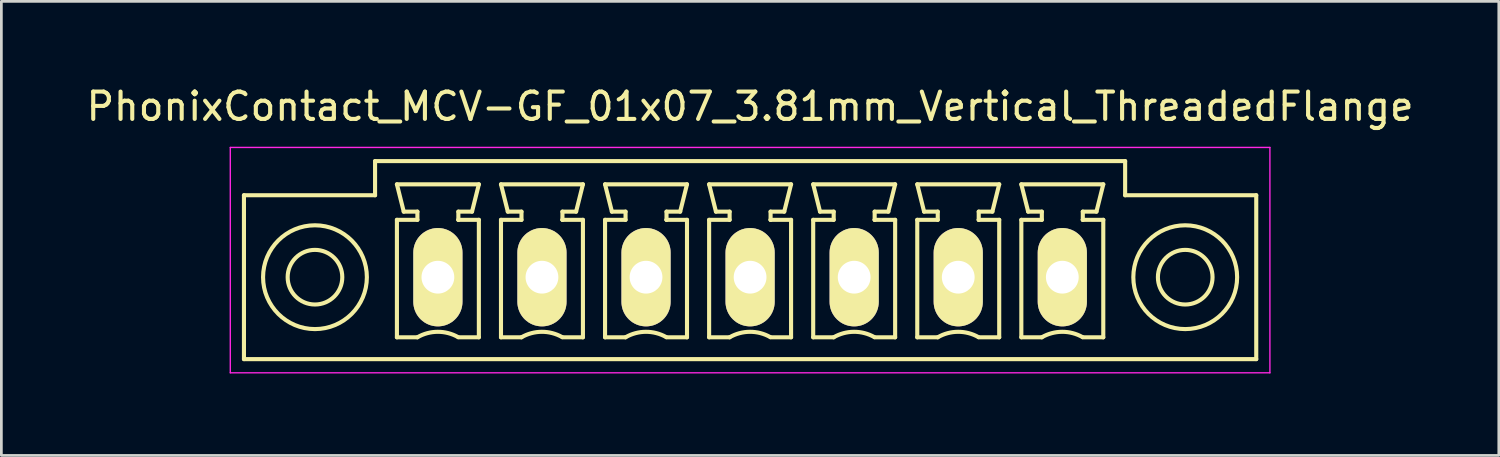
<source format=kicad_pcb>
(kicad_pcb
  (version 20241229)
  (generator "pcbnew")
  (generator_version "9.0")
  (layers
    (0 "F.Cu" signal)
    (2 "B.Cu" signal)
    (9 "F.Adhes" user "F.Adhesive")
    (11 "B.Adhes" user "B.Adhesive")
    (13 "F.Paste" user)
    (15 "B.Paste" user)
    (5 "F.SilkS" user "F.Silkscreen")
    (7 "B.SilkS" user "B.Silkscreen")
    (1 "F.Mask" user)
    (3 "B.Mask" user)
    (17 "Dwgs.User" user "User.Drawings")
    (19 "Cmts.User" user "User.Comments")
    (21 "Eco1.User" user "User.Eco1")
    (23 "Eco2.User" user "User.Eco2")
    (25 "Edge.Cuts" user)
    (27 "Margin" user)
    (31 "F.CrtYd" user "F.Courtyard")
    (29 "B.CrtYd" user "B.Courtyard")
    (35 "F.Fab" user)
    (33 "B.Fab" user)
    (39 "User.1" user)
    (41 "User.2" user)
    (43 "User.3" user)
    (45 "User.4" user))
  (footprint "PhonixContact_MCV-GF_01x07_3.81mm_Vertical_ThreadedFlange"
    (layer "F.Cu")
    (at 12.981 7.098)
    (property "Reference" "PhonixContact_MCV-GF_01x07_3.81mm_Vertical_ThreadedFlange" (at 11.43 -6.25 0) (layer "F.SilkS") (effects (font (size 1 1) (thickness 0.15))))
    (attr through_hole)
    (fp_line (start -7.1 -3) (end -7.1 3) (stroke (width 0.15) (type solid)) (layer "F.SilkS"))
    (fp_line (start -7.1 3) (end 29.96 3) (stroke (width 0.15) (type solid)) (layer "F.SilkS"))
    (fp_line (start -2.3 -4.25) (end -2.3 -3) (stroke (width 0.15) (type solid)) (layer "F.SilkS"))
    (fp_line (start -2.3 -3) (end -7.1 -3) (stroke (width 0.15) (type solid)) (layer "F.SilkS"))
    (fp_line (start -1.5 -3.4) (end 1.5 -3.4) (stroke (width 0.15) (type solid)) (layer "F.SilkS"))
    (fp_line (start -1.5 -2.1) (end -0.75 -2.1) (stroke (width 0.15) (type solid)) (layer "F.SilkS"))
    (fp_line (start -1.5 2.2) (end -1.5 -2.1) (stroke (width 0.15) (type solid)) (layer "F.SilkS"))
    (fp_line (start -1.25 -2.4) (end -1.5 -3.4) (stroke (width 0.15) (type solid)) (layer "F.SilkS"))
    (fp_line (start -0.75 -2.4) (end -1.25 -2.4) (stroke (width 0.15) (type solid)) (layer "F.SilkS"))
    (fp_line (start -0.75 -2.1) (end -0.75 -2.4) (stroke (width 0.15) (type solid)) (layer "F.SilkS"))
    (fp_line (start -0.75 2.2) (end -1.5 2.2) (stroke (width 0.15) (type solid)) (layer "F.SilkS"))
    (fp_line (start 0.75 -2.4) (end 0.75 -2.1) (stroke (width 0.15) (type solid)) (layer "F.SilkS"))
    (fp_line (start 0.75 -2.1) (end 0.75 -2.1) (stroke (width 0.15) (type solid)) (layer "F.SilkS"))
    (fp_line (start 0.75 -2.1) (end 1.5 -2.1) (stroke (width 0.15) (type solid)) (layer "F.SilkS"))
    (fp_line (start 1.25 -2.4) (end 0.75 -2.4) (stroke (width 0.15) (type solid)) (layer "F.SilkS"))
    (fp_line (start 1.5 -3.4) (end 1.25 -2.4) (stroke (width 0.15) (type solid)) (layer "F.SilkS"))
    (fp_line (start 1.5 -2.1) (end 1.5 2.2) (stroke (width 0.15) (type solid)) (layer "F.SilkS"))
    (fp_line (start 1.5 2.2) (end 0.75 2.2) (stroke (width 0.15) (type solid)) (layer "F.SilkS"))
    (fp_line (start 2.31 -3.4) (end 5.31 -3.4) (stroke (width 0.15) (type solid)) (layer "F.SilkS"))
    (fp_line (start 2.31 -2.1) (end 3.06 -2.1) (stroke (width 0.15) (type solid)) (layer "F.SilkS"))
    (fp_line (start 2.31 2.2) (end 2.31 -2.1) (stroke (width 0.15) (type solid)) (layer "F.SilkS"))
    (fp_line (start 2.56 -2.4) (end 2.31 -3.4) (stroke (width 0.15) (type solid)) (layer "F.SilkS"))
    (fp_line (start 3.06 -2.4) (end 2.56 -2.4) (stroke (width 0.15) (type solid)) (layer "F.SilkS"))
    (fp_line (start 3.06 -2.1) (end 3.06 -2.4) (stroke (width 0.15) (type solid)) (layer "F.SilkS"))
    (fp_line (start 3.06 2.2) (end 2.31 2.2) (stroke (width 0.15) (type solid)) (layer "F.SilkS"))
    (fp_line (start 4.56 -2.4) (end 4.56 -2.1) (stroke (width 0.15) (type solid)) (layer "F.SilkS"))
    (fp_line (start 4.56 -2.1) (end 4.56 -2.1) (stroke (width 0.15) (type solid)) (layer "F.SilkS"))
    (fp_line (start 4.56 -2.1) (end 5.31 -2.1) (stroke (width 0.15) (type solid)) (layer "F.SilkS"))
    (fp_line (start 5.06 -2.4) (end 4.56 -2.4) (stroke (width 0.15) (type solid)) (layer "F.SilkS"))
    (fp_line (start 5.31 -3.4) (end 5.06 -2.4) (stroke (width 0.15) (type solid)) (layer "F.SilkS"))
    (fp_line (start 5.31 -2.1) (end 5.31 2.2) (stroke (width 0.15) (type solid)) (layer "F.SilkS"))
    (fp_line (start 5.31 2.2) (end 4.56 2.2) (stroke (width 0.15) (type solid)) (layer "F.SilkS"))
    (fp_line (start 6.12 -3.4) (end 9.12 -3.4) (stroke (width 0.15) (type solid)) (layer "F.SilkS"))
    (fp_line (start 6.12 -2.1) (end 6.87 -2.1) (stroke (width 0.15) (type solid)) (layer "F.SilkS"))
    (fp_line (start 6.12 2.2) (end 6.12 -2.1) (stroke (width 0.15) (type solid)) (layer "F.SilkS"))
    (fp_line (start 6.37 -2.4) (end 6.12 -3.4) (stroke (width 0.15) (type solid)) (layer "F.SilkS"))
    (fp_line (start 6.87 -2.4) (end 6.37 -2.4) (stroke (width 0.15) (type solid)) (layer "F.SilkS"))
    (fp_line (start 6.87 -2.1) (end 6.87 -2.4) (stroke (width 0.15) (type solid)) (layer "F.SilkS"))
    (fp_line (start 6.87 2.2) (end 6.12 2.2) (stroke (width 0.15) (type solid)) (layer "F.SilkS"))
    (fp_line (start 8.37 -2.4) (end 8.37 -2.1) (stroke (width 0.15) (type solid)) (layer "F.SilkS"))
    (fp_line (start 8.37 -2.1) (end 8.37 -2.1) (stroke (width 0.15) (type solid)) (layer "F.SilkS"))
    (fp_line (start 8.37 -2.1) (end 9.12 -2.1) (stroke (width 0.15) (type solid)) (layer "F.SilkS"))
    (fp_line (start 8.87 -2.4) (end 8.37 -2.4) (stroke (width 0.15) (type solid)) (layer "F.SilkS"))
    (fp_line (start 9.12 -3.4) (end 8.87 -2.4) (stroke (width 0.15) (type solid)) (layer "F.SilkS"))
    (fp_line (start 9.12 -2.1) (end 9.12 2.2) (stroke (width 0.15) (type solid)) (layer "F.SilkS"))
    (fp_line (start 9.12 2.2) (end 8.37 2.2) (stroke (width 0.15) (type solid)) (layer "F.SilkS"))
    (fp_line (start 9.93 -3.4) (end 12.93 -3.4) (stroke (width 0.15) (type solid)) (layer "F.SilkS"))
    (fp_line (start 9.93 -2.1) (end 10.68 -2.1) (stroke (width 0.15) (type solid)) (layer "F.SilkS"))
    (fp_line (start 9.93 2.2) (end 9.93 -2.1) (stroke (width 0.15) (type solid)) (layer "F.SilkS"))
    (fp_line (start 10.18 -2.4) (end 9.93 -3.4) (stroke (width 0.15) (type solid)) (layer "F.SilkS"))
    (fp_line (start 10.68 -2.4) (end 10.18 -2.4) (stroke (width 0.15) (type solid)) (layer "F.SilkS"))
    (fp_line (start 10.68 -2.1) (end 10.68 -2.4) (stroke (width 0.15) (type solid)) (layer "F.SilkS"))
    (fp_line (start 10.68 2.2) (end 9.93 2.2) (stroke (width 0.15) (type solid)) (layer "F.SilkS"))
    (fp_line (start 12.18 -2.4) (end 12.18 -2.1) (stroke (width 0.15) (type solid)) (layer "F.SilkS"))
    (fp_line (start 12.18 -2.1) (end 12.18 -2.1) (stroke (width 0.15) (type solid)) (layer "F.SilkS"))
    (fp_line (start 12.18 -2.1) (end 12.93 -2.1) (stroke (width 0.15) (type solid)) (layer "F.SilkS"))
    (fp_line (start 12.68 -2.4) (end 12.18 -2.4) (stroke (width 0.15) (type solid)) (layer "F.SilkS"))
    (fp_line (start 12.93 -3.4) (end 12.68 -2.4) (stroke (width 0.15) (type solid)) (layer "F.SilkS"))
    (fp_line (start 12.93 -2.1) (end 12.93 2.2) (stroke (width 0.15) (type solid)) (layer "F.SilkS"))
    (fp_line (start 12.93 2.2) (end 12.18 2.2) (stroke (width 0.15) (type solid)) (layer "F.SilkS"))
    (fp_line (start 13.74 -3.4) (end 16.74 -3.4) (stroke (width 0.15) (type solid)) (layer "F.SilkS"))
    (fp_line (start 13.74 -2.1) (end 14.49 -2.1) (stroke (width 0.15) (type solid)) (layer "F.SilkS"))
    (fp_line (start 13.74 2.2) (end 13.74 -2.1) (stroke (width 0.15) (type solid)) (layer "F.SilkS"))
    (fp_line (start 13.99 -2.4) (end 13.74 -3.4) (stroke (width 0.15) (type solid)) (layer "F.SilkS"))
    (fp_line (start 14.49 -2.4) (end 13.99 -2.4) (stroke (width 0.15) (type solid)) (layer "F.SilkS"))
    (fp_line (start 14.49 -2.1) (end 14.49 -2.4) (stroke (width 0.15) (type solid)) (layer "F.SilkS"))
    (fp_line (start 14.49 2.2) (end 13.74 2.2) (stroke (width 0.15) (type solid)) (layer "F.SilkS"))
    (fp_line (start 15.99 -2.4) (end 15.99 -2.1) (stroke (width 0.15) (type solid)) (layer "F.SilkS"))
    (fp_line (start 15.99 -2.1) (end 15.99 -2.1) (stroke (width 0.15) (type solid)) (layer "F.SilkS"))
    (fp_line (start 15.99 -2.1) (end 16.74 -2.1) (stroke (width 0.15) (type solid)) (layer "F.SilkS"))
    (fp_line (start 16.49 -2.4) (end 15.99 -2.4) (stroke (width 0.15) (type solid)) (layer "F.SilkS"))
    (fp_line (start 16.74 -3.4) (end 16.49 -2.4) (stroke (width 0.15) (type solid)) (layer "F.SilkS"))
    (fp_line (start 16.74 -2.1) (end 16.74 2.2) (stroke (width 0.15) (type solid)) (layer "F.SilkS"))
    (fp_line (start 16.74 2.2) (end 15.99 2.2) (stroke (width 0.15) (type solid)) (layer "F.SilkS"))
    (fp_line (start 17.55 -3.4) (end 20.55 -3.4) (stroke (width 0.15) (type solid)) (layer "F.SilkS"))
    (fp_line (start 17.55 -2.1) (end 18.3 -2.1) (stroke (width 0.15) (type solid)) (layer "F.SilkS"))
    (fp_line (start 17.55 2.2) (end 17.55 -2.1) (stroke (width 0.15) (type solid)) (layer "F.SilkS"))
    (fp_line (start 17.8 -2.4) (end 17.55 -3.4) (stroke (width 0.15) (type solid)) (layer "F.SilkS"))
    (fp_line (start 18.3 -2.4) (end 17.8 -2.4) (stroke (width 0.15) (type solid)) (layer "F.SilkS"))
    (fp_line (start 18.3 -2.1) (end 18.3 -2.4) (stroke (width 0.15) (type solid)) (layer "F.SilkS"))
    (fp_line (start 18.3 2.2) (end 17.55 2.2) (stroke (width 0.15) (type solid)) (layer "F.SilkS"))
    (fp_line (start 19.8 -2.4) (end 19.8 -2.1) (stroke (width 0.15) (type solid)) (layer "F.SilkS"))
    (fp_line (start 19.8 -2.1) (end 19.8 -2.1) (stroke (width 0.15) (type solid)) (layer "F.SilkS"))
    (fp_line (start 19.8 -2.1) (end 20.55 -2.1) (stroke (width 0.15) (type solid)) (layer "F.SilkS"))
    (fp_line (start 20.3 -2.4) (end 19.8 -2.4) (stroke (width 0.15) (type solid)) (layer "F.SilkS"))
    (fp_line (start 20.55 -3.4) (end 20.3 -2.4) (stroke (width 0.15) (type solid)) (layer "F.SilkS"))
    (fp_line (start 20.55 -2.1) (end 20.55 2.2) (stroke (width 0.15) (type solid)) (layer "F.SilkS"))
    (fp_line (start 20.55 2.2) (end 19.8 2.2) (stroke (width 0.15) (type solid)) (layer "F.SilkS"))
    (fp_line (start 21.36 -3.4) (end 24.36 -3.4) (stroke (width 0.15) (type solid)) (layer "F.SilkS"))
    (fp_line (start 21.36 -2.1) (end 22.11 -2.1) (stroke (width 0.15) (type solid)) (layer "F.SilkS"))
    (fp_line (start 21.36 2.2) (end 21.36 -2.1) (stroke (width 0.15) (type solid)) (layer "F.SilkS"))
    (fp_line (start 21.61 -2.4) (end 21.36 -3.4) (stroke (width 0.15) (type solid)) (layer "F.SilkS"))
    (fp_line (start 22.11 -2.4) (end 21.61 -2.4) (stroke (width 0.15) (type solid)) (layer "F.SilkS"))
    (fp_line (start 22.11 -2.1) (end 22.11 -2.4) (stroke (width 0.15) (type solid)) (layer "F.SilkS"))
    (fp_line (start 22.11 2.2) (end 21.36 2.2) (stroke (width 0.15) (type solid)) (layer "F.SilkS"))
    (fp_line (start 23.61 -2.4) (end 23.61 -2.1) (stroke (width 0.15) (type solid)) (layer "F.SilkS"))
    (fp_line (start 23.61 -2.1) (end 23.61 -2.1) (stroke (width 0.15) (type solid)) (layer "F.SilkS"))
    (fp_line (start 23.61 -2.1) (end 24.36 -2.1) (stroke (width 0.15) (type solid)) (layer "F.SilkS"))
    (fp_line (start 24.11 -2.4) (end 23.61 -2.4) (stroke (width 0.15) (type solid)) (layer "F.SilkS"))
    (fp_line (start 24.36 -3.4) (end 24.11 -2.4) (stroke (width 0.15) (type solid)) (layer "F.SilkS"))
    (fp_line (start 24.36 -2.1) (end 24.36 2.2) (stroke (width 0.15) (type solid)) (layer "F.SilkS"))
    (fp_line (start 24.36 2.2) (end 23.61 2.2) (stroke (width 0.15) (type solid)) (layer "F.SilkS"))
    (fp_line (start 25.16 -4.25) (end -2.3 -4.25) (stroke (width 0.15) (type solid)) (layer "F.SilkS"))
    (fp_line (start 25.16 -3) (end 25.16 -4.25) (stroke (width 0.15) (type solid)) (layer "F.SilkS"))
    (fp_line (start 29.96 -3) (end 25.16 -3) (stroke (width 0.15) (type solid)) (layer "F.SilkS"))
    (fp_line (start 29.96 3) (end 29.96 -3) (stroke (width 0.15) (type solid)) (layer "F.SilkS"))
    (fp_arc (start -0.75 2.2) (mid -0.006068 1.999179) (end 0.739464 2.193978) (stroke (width 0.15) (type solid)) (layer "F.SilkS"))
    (fp_arc (start 3.06 2.2) (mid 3.803932 1.999179) (end 4.549464 2.193978) (stroke (width 0.15) (type solid)) (layer "F.SilkS"))
    (fp_arc (start 6.87 2.2) (mid 7.613932 1.999179) (end 8.359464 2.193978) (stroke (width 0.15) (type solid)) (layer "F.SilkS"))
    (fp_arc (start 10.68 2.2) (mid 11.423932 1.999179) (end 12.169464 2.193978) (stroke (width 0.15) (type solid)) (layer "F.SilkS"))
    (fp_arc (start 14.49 2.2) (mid 15.233932 1.999179) (end 15.979464 2.193978) (stroke (width 0.15) (type solid)) (layer "F.SilkS"))
    (fp_arc (start 18.3 2.2) (mid 19.043932 1.999179) (end 19.789464 2.193978) (stroke (width 0.15) (type solid)) (layer "F.SilkS"))
    (fp_arc (start 22.11 2.2) (mid 22.853932 1.999179) (end 23.599464 2.193978) (stroke (width 0.15) (type solid)) (layer "F.SilkS"))
    (fp_circle (center -4.5 0) (end -3.5 0) (stroke (width 0.15) (type solid)) (fill no) (layer "F.SilkS"))
    (fp_circle (center -4.5 0) (end -2.6 0) (stroke (width 0.15) (type solid)) (fill no) (layer "F.SilkS"))
    (fp_circle (center 27.36 0) (end 28.36 0) (stroke (width 0.15) (type solid)) (fill no) (layer "F.SilkS"))
    (fp_circle (center 27.36 0) (end 29.26 0) (stroke (width 0.15) (type solid)) (fill no) (layer "F.SilkS"))
    (fp_line (start -7.6 -4.75) (end -7.6 3.5) (stroke (width 0.05) (type solid)) (layer "F.CrtYd"))
    (fp_line (start -7.6 3.5) (end 30.46 3.5) (stroke (width 0.05) (type solid)) (layer "F.CrtYd"))
    (fp_line (start 30.46 -4.75) (end -7.6 -4.75) (stroke (width 0.05) (type solid)) (layer "F.CrtYd"))
    (fp_line (start 30.46 3.5) (end 30.46 -4.75) (stroke (width 0.05) (type solid)) (layer "F.CrtYd"))
    (pad "1" thru_hole oval (at 0 0) (size 1.8 3.6) (drill 1.2) (layers "*.Cu" "*.Mask" "F.SilkS"))
    (pad "2" thru_hole oval (at 3.81 0) (size 1.8 3.6) (drill 1.2) (layers "*.Cu" "*.Mask" "F.SilkS"))
    (pad "3" thru_hole oval (at 7.62 0) (size 1.8 3.6) (drill 1.2) (layers "*.Cu" "*.Mask" "F.SilkS"))
    (pad "4" thru_hole oval (at 11.43 0) (size 1.8 3.6) (drill 1.2) (layers "*.Cu" "*.Mask" "F.SilkS"))
    (pad "5" thru_hole oval (at 15.24 0) (size 1.8 3.6) (drill 1.2) (layers "*.Cu" "*.Mask" "F.SilkS"))
    (pad "6" thru_hole oval (at 19.05 0) (size 1.8 3.6) (drill 1.2) (layers "*.Cu" "*.Mask" "F.SilkS"))
    (pad "7" thru_hole oval (at 22.86 0) (size 1.8 3.6) (drill 1.2) (layers "*.Cu" "*.Mask" "F.SilkS")))
  (gr_rect
    (start -3 -3)
    (end 51.821 13.623)
    (stroke (width 0.1) (type default))
    (fill no)
    (layer "Edge.Cuts")))
</source>
